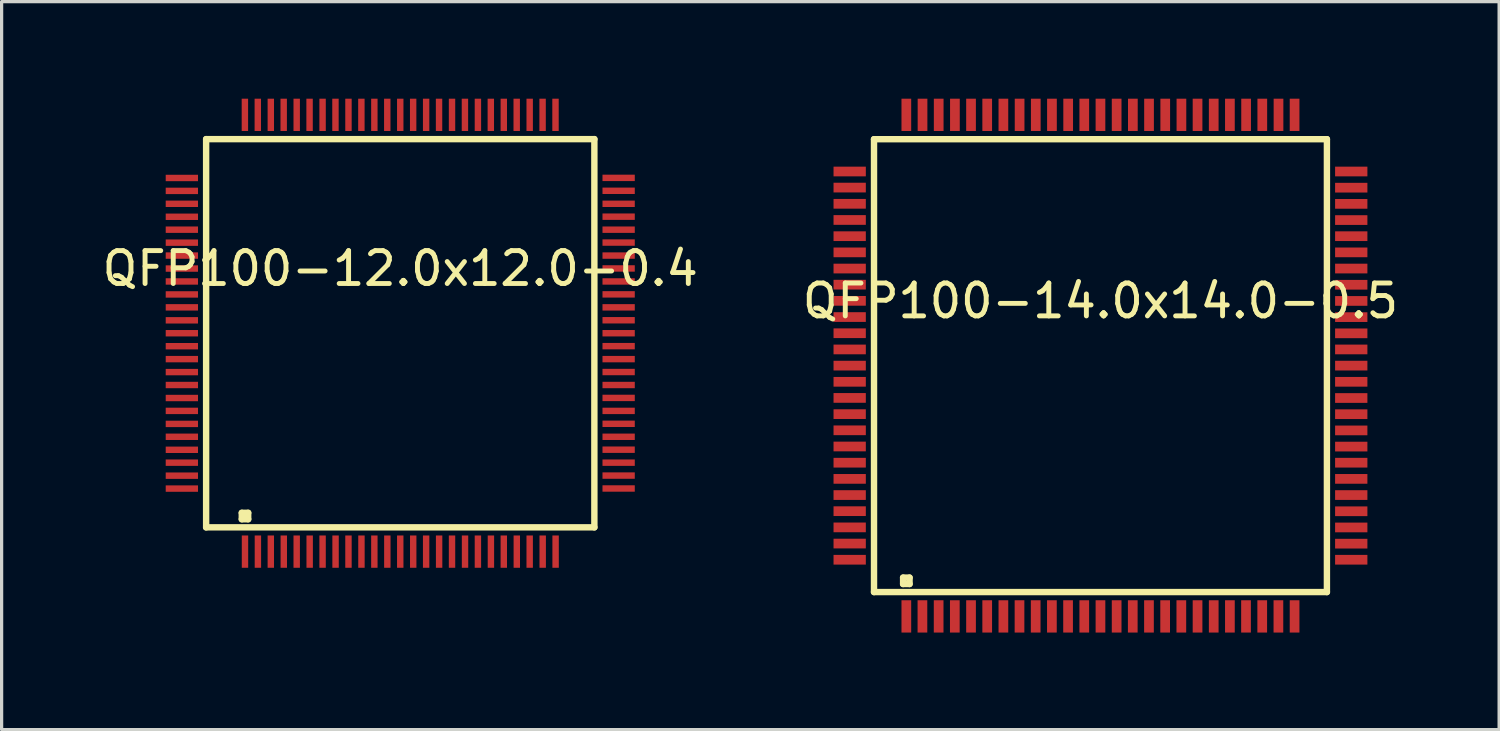
<source format=kicad_pcb>
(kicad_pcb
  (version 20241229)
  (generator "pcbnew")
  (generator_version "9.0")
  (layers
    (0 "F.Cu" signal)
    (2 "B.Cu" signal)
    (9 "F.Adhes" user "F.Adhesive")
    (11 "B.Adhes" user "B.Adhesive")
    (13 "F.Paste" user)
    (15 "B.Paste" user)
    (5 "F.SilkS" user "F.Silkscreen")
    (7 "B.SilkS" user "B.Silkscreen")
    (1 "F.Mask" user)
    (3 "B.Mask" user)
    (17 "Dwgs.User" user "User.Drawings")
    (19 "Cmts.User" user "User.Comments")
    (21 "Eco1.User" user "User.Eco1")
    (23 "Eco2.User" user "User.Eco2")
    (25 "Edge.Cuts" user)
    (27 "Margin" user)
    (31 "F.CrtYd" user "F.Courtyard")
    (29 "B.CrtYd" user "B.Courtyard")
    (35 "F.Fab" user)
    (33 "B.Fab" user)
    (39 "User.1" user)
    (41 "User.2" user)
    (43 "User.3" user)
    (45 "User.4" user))
  (footprint "QFP100-12.0x12.0-0.4"
    (layer "F.Cu")
    (at 9.319 7.248)
    (property "Reference" "QFP100-12.0x12.0-0.4" (at 0 -1.999 0) (layer "F.SilkS") (effects (font (size 1.016 1.016) (thickness 0.152))))
    (attr through_hole)
    (fp_line (start -5.999 -5.999) (end 5.999 -5.999) (stroke (width 0.198) (type solid)) (layer "F.SilkS"))
    (fp_line (start -5.999 5.999) (end -5.999 -5.999) (stroke (width 0.198) (type solid)) (layer "F.SilkS"))
    (fp_line (start -4.897 5.55) (end -4.699 5.55) (stroke (width 0.198) (type solid)) (layer "F.SilkS"))
    (fp_line (start -4.897 5.748) (end -4.897 5.55) (stroke (width 0.198) (type solid)) (layer "F.SilkS"))
    (fp_line (start -4.699 5.55) (end -4.699 5.748) (stroke (width 0.198) (type solid)) (layer "F.SilkS"))
    (fp_line (start -4.699 5.748) (end -4.897 5.748) (stroke (width 0.198) (type solid)) (layer "F.SilkS"))
    (fp_line (start 5.999 -5.999) (end 5.999 5.999) (stroke (width 0.198) (type solid)) (layer "F.SilkS"))
    (fp_line (start 5.999 5.999) (end -5.999 5.999) (stroke (width 0.198) (type solid)) (layer "F.SilkS"))
    (pad "1" smd rect (at -4.798 6.749) (size 0.198 0.998) (layers "*.Mask" "F.Cu"))
    (pad "2" smd rect (at -4.399 6.749) (size 0.198 0.998) (layers "*.Mask" "F.Cu"))
    (pad "3" smd rect (at -4 6.749) (size 0.198 0.998) (layers "*.Mask" "F.Cu"))
    (pad "4" smd rect (at -3.599 6.749) (size 0.198 0.998) (layers "*.Mask" "F.Cu"))
    (pad "5" smd rect (at -3.2 6.749) (size 0.198 0.998) (layers "*.Mask" "F.Cu"))
    (pad "6" smd rect (at -2.799 6.749) (size 0.198 0.998) (layers "*.Mask" "F.Cu"))
    (pad "7" smd rect (at -2.4 6.749) (size 0.198 0.998) (layers "*.Mask" "F.Cu"))
    (pad "8" smd rect (at -1.999 6.749) (size 0.198 0.998) (layers "*.Mask" "F.Cu"))
    (pad "9" smd rect (at -1.6 6.749) (size 0.198 0.998) (layers "*.Mask" "F.Cu"))
    (pad "10" smd rect (at -1.199 6.749) (size 0.198 0.998) (layers "*.Mask" "F.Cu"))
    (pad "11" smd rect (at -0.8 6.749) (size 0.198 0.998) (layers "*.Mask" "F.Cu"))
    (pad "12" smd rect (at -0.399 6.749) (size 0.198 0.998) (layers "*.Mask" "F.Cu"))
    (pad "13" smd rect (at 0 6.749) (size 0.198 0.998) (layers "*.Mask" "F.Cu"))
    (pad "14" smd rect (at 0.401 6.749) (size 0.198 0.998) (layers "*.Mask" "F.Cu"))
    (pad "15" smd rect (at 0.8 6.749) (size 0.198 0.998) (layers "*.Mask" "F.Cu"))
    (pad "16" smd rect (at 1.201 6.749) (size 0.198 0.998) (layers "*.Mask" "F.Cu"))
    (pad "17" smd rect (at 1.6 6.749) (size 0.198 0.998) (layers "*.Mask" "F.Cu"))
    (pad "18" smd rect (at 2.002 6.749) (size 0.198 0.998) (layers "*.Mask" "F.Cu"))
    (pad "19" smd rect (at 2.4 6.749) (size 0.198 0.998) (layers "*.Mask" "F.Cu"))
    (pad "20" smd rect (at 2.802 6.749) (size 0.198 0.998) (layers "*.Mask" "F.Cu"))
    (pad "21" smd rect (at 3.2 6.749) (size 0.198 0.998) (layers "*.Mask" "F.Cu"))
    (pad "22" smd rect (at 3.602 6.749) (size 0.198 0.998) (layers "*.Mask" "F.Cu"))
    (pad "23" smd rect (at 4 6.749) (size 0.198 0.998) (layers "*.Mask" "F.Cu"))
    (pad "24" smd rect (at 4.402 6.749) (size 0.198 0.998) (layers "*.Mask" "F.Cu"))
    (pad "25" smd rect (at 4.801 6.749) (size 0.198 0.998) (layers "*.Mask" "F.Cu"))
    (pad "26" smd rect (at 6.749 4.798 90) (size 0.198 0.998) (layers "*.Mask" "F.Cu"))
    (pad "27" smd rect (at 6.749 4.399 90) (size 0.198 0.998) (layers "*.Mask" "F.Cu"))
    (pad "28" smd rect (at 6.749 4 90) (size 0.198 0.998) (layers "*.Mask" "F.Cu"))
    (pad "29" smd rect (at 6.749 3.599 90) (size 0.198 0.998) (layers "*.Mask" "F.Cu"))
    (pad "30" smd rect (at 6.749 3.2 90) (size 0.198 0.998) (layers "*.Mask" "F.Cu"))
    (pad "31" smd rect (at 6.749 2.799 90) (size 0.198 0.998) (layers "*.Mask" "F.Cu"))
    (pad "32" smd rect (at 6.749 2.4 90) (size 0.198 0.998) (layers "*.Mask" "F.Cu"))
    (pad "33" smd rect (at 6.749 1.999 90) (size 0.198 0.998) (layers "*.Mask" "F.Cu"))
    (pad "34" smd rect (at 6.749 1.6 90) (size 0.198 0.998) (layers "*.Mask" "F.Cu"))
    (pad "35" smd rect (at 6.749 1.199 90) (size 0.198 0.998) (layers "*.Mask" "F.Cu"))
    (pad "36" smd rect (at 6.749 0.8 90) (size 0.198 0.998) (layers "*.Mask" "F.Cu"))
    (pad "37" smd rect (at 6.749 0.399 90) (size 0.198 0.998) (layers "*.Mask" "F.Cu"))
    (pad "38" smd rect (at 6.749 0 90) (size 0.198 0.998) (layers "*.Mask" "F.Cu"))
    (pad "39" smd rect (at 6.749 -0.401 90) (size 0.198 0.998) (layers "*.Mask" "F.Cu"))
    (pad "40" smd rect (at 6.749 -0.8 90) (size 0.198 0.998) (layers "*.Mask" "F.Cu"))
    (pad "41" smd rect (at 6.749 -1.201 90) (size 0.198 0.998) (layers "*.Mask" "F.Cu"))
    (pad "42" smd rect (at 6.749 -1.6 90) (size 0.198 0.998) (layers "*.Mask" "F.Cu"))
    (pad "43" smd rect (at 6.749 -2.002 90) (size 0.198 0.998) (layers "*.Mask" "F.Cu"))
    (pad "44" smd rect (at 6.749 -2.4 90) (size 0.198 0.998) (layers "*.Mask" "F.Cu"))
    (pad "45" smd rect (at 6.749 -2.802 90) (size 0.198 0.998) (layers "*.Mask" "F.Cu"))
    (pad "46" smd rect (at 6.749 -3.2 90) (size 0.198 0.998) (layers "*.Mask" "F.Cu"))
    (pad "47" smd rect (at 6.749 -3.602 90) (size 0.198 0.998) (layers "*.Mask" "F.Cu"))
    (pad "48" smd rect (at 6.749 -4 90) (size 0.198 0.998) (layers "*.Mask" "F.Cu"))
    (pad "49" smd rect (at 6.749 -4.402 90) (size 0.198 0.998) (layers "*.Mask" "F.Cu"))
    (pad "50" smd rect (at 6.749 -4.801 90) (size 0.198 0.998) (layers "*.Mask" "F.Cu"))
    (pad "51" smd rect (at 4.798 -6.749) (size 0.198 0.998) (layers "*.Mask" "F.Cu"))
    (pad "52" smd rect (at 4.399 -6.749) (size 0.198 0.998) (layers "*.Mask" "F.Cu"))
    (pad "53" smd rect (at 4 -6.749) (size 0.198 0.998) (layers "*.Mask" "F.Cu"))
    (pad "54" smd rect (at 3.599 -6.749) (size 0.198 0.998) (layers "*.Mask" "F.Cu"))
    (pad "55" smd rect (at 3.2 -6.749) (size 0.198 0.998) (layers "*.Mask" "F.Cu"))
    (pad "56" smd rect (at 2.799 -6.749) (size 0.198 0.998) (layers "*.Mask" "F.Cu"))
    (pad "57" smd rect (at 2.4 -6.749) (size 0.198 0.998) (layers "*.Mask" "F.Cu"))
    (pad "58" smd rect (at 1.999 -6.749) (size 0.198 0.998) (layers "*.Mask" "F.Cu"))
    (pad "59" smd rect (at 1.6 -6.749) (size 0.198 0.998) (layers "*.Mask" "F.Cu"))
    (pad "60" smd rect (at 1.199 -6.749) (size 0.198 0.998) (layers "*.Mask" "F.Cu"))
    (pad "61" smd rect (at 0.8 -6.749) (size 0.198 0.998) (layers "*.Mask" "F.Cu"))
    (pad "62" smd rect (at 0.399 -6.749) (size 0.198 0.998) (layers "*.Mask" "F.Cu"))
    (pad "63" smd rect (at 0 -6.749) (size 0.198 0.998) (layers "*.Mask" "F.Cu"))
    (pad "64" smd rect (at -0.401 -6.749) (size 0.198 0.998) (layers "*.Mask" "F.Cu"))
    (pad "65" smd rect (at -0.8 -6.749) (size 0.198 0.998) (layers "*.Mask" "F.Cu"))
    (pad "66" smd rect (at -1.201 -6.749) (size 0.198 0.998) (layers "*.Mask" "F.Cu"))
    (pad "67" smd rect (at -1.6 -6.749) (size 0.198 0.998) (layers "*.Mask" "F.Cu"))
    (pad "68" smd rect (at -2.002 -6.749) (size 0.198 0.998) (layers "*.Mask" "F.Cu"))
    (pad "69" smd rect (at -2.4 -6.749) (size 0.198 0.998) (layers "*.Mask" "F.Cu"))
    (pad "70" smd rect (at -2.802 -6.749) (size 0.198 0.998) (layers "*.Mask" "F.Cu"))
    (pad "71" smd rect (at -3.2 -6.749) (size 0.198 0.998) (layers "*.Mask" "F.Cu"))
    (pad "72" smd rect (at -3.602 -6.749) (size 0.198 0.998) (layers "*.Mask" "F.Cu"))
    (pad "73" smd rect (at -4 -6.749) (size 0.198 0.998) (layers "*.Mask" "F.Cu"))
    (pad "74" smd rect (at -4.402 -6.749) (size 0.198 0.998) (layers "*.Mask" "F.Cu"))
    (pad "75" smd rect (at -4.801 -6.749) (size 0.198 0.998) (layers "*.Mask" "F.Cu"))
    (pad "76" smd rect (at -6.749 -4.798 90) (size 0.198 0.998) (layers "*.Mask" "F.Cu"))
    (pad "77" smd rect (at -6.749 -4.399 90) (size 0.198 0.998) (layers "*.Mask" "F.Cu"))
    (pad "78" smd rect (at -6.749 -4 90) (size 0.198 0.998) (layers "*.Mask" "F.Cu"))
    (pad "79" smd rect (at -6.749 -3.599 90) (size 0.198 0.998) (layers "*.Mask" "F.Cu"))
    (pad "80" smd rect (at -6.749 -3.2 90) (size 0.198 0.998) (layers "*.Mask" "F.Cu"))
    (pad "81" smd rect (at -6.749 -2.799 90) (size 0.198 0.998) (layers "*.Mask" "F.Cu"))
    (pad "82" smd rect (at -6.749 -2.4 90) (size 0.198 0.998) (layers "*.Mask" "F.Cu"))
    (pad "83" smd rect (at -6.749 -1.999 90) (size 0.198 0.998) (layers "*.Mask" "F.Cu"))
    (pad "84" smd rect (at -6.749 -1.6 90) (size 0.198 0.998) (layers "*.Mask" "F.Cu"))
    (pad "85" smd rect (at -6.749 -1.199 90) (size 0.198 0.998) (layers "*.Mask" "F.Cu"))
    (pad "86" smd rect (at -6.749 -0.8 90) (size 0.198 0.998) (layers "*.Mask" "F.Cu"))
    (pad "87" smd rect (at -6.749 -0.399 90) (size 0.198 0.998) (layers "*.Mask" "F.Cu"))
    (pad "88" smd rect (at -6.749 0 90) (size 0.198 0.998) (layers "*.Mask" "F.Cu"))
    (pad "89" smd rect (at -6.749 0.401 90) (size 0.198 0.998) (layers "*.Mask" "F.Cu"))
    (pad "90" smd rect (at -6.749 0.8 90) (size 0.198 0.998) (layers "*.Mask" "F.Cu"))
    (pad "91" smd rect (at -6.749 1.201 90) (size 0.198 0.998) (layers "*.Mask" "F.Cu"))
    (pad "92" smd rect (at -6.749 1.6 90) (size 0.198 0.998) (layers "*.Mask" "F.Cu"))
    (pad "93" smd rect (at -6.749 2.002 90) (size 0.198 0.998) (layers "*.Mask" "F.Cu"))
    (pad "94" smd rect (at -6.749 2.4 90) (size 0.198 0.998) (layers "*.Mask" "F.Cu"))
    (pad "95" smd rect (at -6.749 2.802 90) (size 0.198 0.998) (layers "*.Mask" "F.Cu"))
    (pad "96" smd rect (at -6.749 3.2 90) (size 0.198 0.998) (layers "*.Mask" "F.Cu"))
    (pad "97" smd rect (at -6.749 3.602 90) (size 0.198 0.998) (layers "*.Mask" "F.Cu"))
    (pad "98" smd rect (at -6.749 4 90) (size 0.198 0.998) (layers "*.Mask" "F.Cu"))
    (pad "99" smd rect (at -6.749 4.402 90) (size 0.198 0.998) (layers "*.Mask" "F.Cu"))
    (pad "100" smd rect (at -6.749 4.801 90) (size 0.198 0.998) (layers "*.Mask" "F.Cu")))
  (footprint "QFP100-14.0x14.0-0.5"
    (layer "F.Cu")
    (at 30.958 8.249)
    (property "Reference" "QFP100-14.0x14.0-0.5" (at 0 -1.999 0) (layer "F.SilkS") (effects (font (size 1.016 1.016) (thickness 0.152))))
    (attr through_hole)
    (fp_line (start -6.998 -6.998) (end 6.998 -6.998) (stroke (width 0.198) (type solid)) (layer "F.SilkS"))
    (fp_line (start -6.998 6.998) (end -6.998 -6.998) (stroke (width 0.198) (type solid)) (layer "F.SilkS"))
    (fp_line (start -6.099 6.551) (end -5.9 6.551) (stroke (width 0.198) (type solid)) (layer "F.SilkS"))
    (fp_line (start -6.099 6.749) (end -6.099 6.551) (stroke (width 0.198) (type solid)) (layer "F.SilkS"))
    (fp_line (start -5.9 6.551) (end -5.9 6.749) (stroke (width 0.198) (type solid)) (layer "F.SilkS"))
    (fp_line (start -5.9 6.749) (end -6.099 6.749) (stroke (width 0.198) (type solid)) (layer "F.SilkS"))
    (fp_line (start 6.998 -6.998) (end 6.998 6.998) (stroke (width 0.198) (type solid)) (layer "F.SilkS"))
    (fp_line (start 6.998 6.998) (end -6.998 6.998) (stroke (width 0.198) (type solid)) (layer "F.SilkS"))
    (pad "1" smd rect (at -5.999 7.75) (size 0.3 0.998) (layers "*.Mask" "F.Cu"))
    (pad "2" smd rect (at -5.502 7.75) (size 0.3 0.998) (layers "*.Mask" "F.Cu"))
    (pad "3" smd rect (at -5.001 7.75) (size 0.3 0.998) (layers "*.Mask" "F.Cu"))
    (pad "4" smd rect (at -4.501 7.75) (size 0.3 0.998) (layers "*.Mask" "F.Cu"))
    (pad "5" smd rect (at -4 7.75) (size 0.3 0.998) (layers "*.Mask" "F.Cu"))
    (pad "6" smd rect (at -3.5 7.75) (size 0.3 0.998) (layers "*.Mask" "F.Cu"))
    (pad "7" smd rect (at -3 7.75) (size 0.3 0.998) (layers "*.Mask" "F.Cu"))
    (pad "8" smd rect (at -2.502 7.75) (size 0.3 0.998) (layers "*.Mask" "F.Cu"))
    (pad "9" smd rect (at -2.002 7.75) (size 0.3 0.998) (layers "*.Mask" "F.Cu"))
    (pad "10" smd rect (at -1.501 7.75) (size 0.3 0.998) (layers "*.Mask" "F.Cu"))
    (pad "11" smd rect (at -1.001 7.75) (size 0.3 0.998) (layers "*.Mask" "F.Cu"))
    (pad "12" smd rect (at -0.5 7.75) (size 0.3 0.998) (layers "*.Mask" "F.Cu"))
    (pad "13" smd rect (at 0 7.75) (size 0.3 0.998) (layers "*.Mask" "F.Cu"))
    (pad "14" smd rect (at 0.5 7.75) (size 0.3 0.998) (layers "*.Mask" "F.Cu"))
    (pad "15" smd rect (at 0.998 7.75) (size 0.3 0.998) (layers "*.Mask" "F.Cu"))
    (pad "16" smd rect (at 1.499 7.75) (size 0.3 0.998) (layers "*.Mask" "F.Cu"))
    (pad "17" smd rect (at 1.999 7.75) (size 0.3 0.998) (layers "*.Mask" "F.Cu"))
    (pad "18" smd rect (at 2.499 7.75) (size 0.3 0.998) (layers "*.Mask" "F.Cu"))
    (pad "19" smd rect (at 3 7.75) (size 0.3 0.998) (layers "*.Mask" "F.Cu"))
    (pad "20" smd rect (at 3.5 7.75) (size 0.3 0.998) (layers "*.Mask" "F.Cu"))
    (pad "21" smd rect (at 4 7.75) (size 0.3 0.998) (layers "*.Mask" "F.Cu"))
    (pad "22" smd rect (at 4.498 7.75) (size 0.3 0.998) (layers "*.Mask" "F.Cu"))
    (pad "23" smd rect (at 4.999 7.75) (size 0.3 0.998) (layers "*.Mask" "F.Cu"))
    (pad "24" smd rect (at 5.499 7.75) (size 0.3 0.998) (layers "*.Mask" "F.Cu"))
    (pad "25" smd rect (at 5.999 7.75) (size 0.3 0.998) (layers "*.Mask" "F.Cu"))
    (pad "26" smd rect (at 7.75 5.999 90) (size 0.3 0.998) (layers "*.Mask" "F.Cu"))
    (pad "27" smd rect (at 7.75 5.502 90) (size 0.3 0.998) (layers "*.Mask" "F.Cu"))
    (pad "28" smd rect (at 7.75 5.001 90) (size 0.3 0.998) (layers "*.Mask" "F.Cu"))
    (pad "29" smd rect (at 7.75 4.501 90) (size 0.3 0.998) (layers "*.Mask" "F.Cu"))
    (pad "30" smd rect (at 7.75 4 90) (size 0.3 0.998) (layers "*.Mask" "F.Cu"))
    (pad "31" smd rect (at 7.75 3.5 90) (size 0.3 0.998) (layers "*.Mask" "F.Cu"))
    (pad "32" smd rect (at 7.75 3 90) (size 0.3 0.998) (layers "*.Mask" "F.Cu"))
    (pad "33" smd rect (at 7.75 2.502 90) (size 0.3 0.998) (layers "*.Mask" "F.Cu"))
    (pad "34" smd rect (at 7.75 2.002 90) (size 0.3 0.998) (layers "*.Mask" "F.Cu"))
    (pad "35" smd rect (at 7.75 1.501 90) (size 0.3 0.998) (layers "*.Mask" "F.Cu"))
    (pad "36" smd rect (at 7.75 1.001 90) (size 0.3 0.998) (layers "*.Mask" "F.Cu"))
    (pad "37" smd rect (at 7.75 0.5 90) (size 0.3 0.998) (layers "*.Mask" "F.Cu"))
    (pad "38" smd rect (at 7.75 0 90) (size 0.3 0.998) (layers "*.Mask" "F.Cu"))
    (pad "39" smd rect (at 7.75 -0.5 90) (size 0.3 0.998) (layers "*.Mask" "F.Cu"))
    (pad "40" smd rect (at 7.75 -0.998 90) (size 0.3 0.998) (layers "*.Mask" "F.Cu"))
    (pad "41" smd rect (at 7.75 -1.499 90) (size 0.3 0.998) (layers "*.Mask" "F.Cu"))
    (pad "42" smd rect (at 7.75 -1.999 90) (size 0.3 0.998) (layers "*.Mask" "F.Cu"))
    (pad "43" smd rect (at 7.75 -2.499 90) (size 0.3 0.998) (layers "*.Mask" "F.Cu"))
    (pad "44" smd rect (at 7.75 -3 90) (size 0.3 0.998) (layers "*.Mask" "F.Cu"))
    (pad "45" smd rect (at 7.75 -3.5 90) (size 0.3 0.998) (layers "*.Mask" "F.Cu"))
    (pad "46" smd rect (at 7.75 -4 90) (size 0.3 0.998) (layers "*.Mask" "F.Cu"))
    (pad "47" smd rect (at 7.75 -4.498 90) (size 0.3 0.998) (layers "*.Mask" "F.Cu"))
    (pad "48" smd rect (at 7.75 -4.999 90) (size 0.3 0.998) (layers "*.Mask" "F.Cu"))
    (pad "49" smd rect (at 7.75 -5.499 90) (size 0.3 0.998) (layers "*.Mask" "F.Cu"))
    (pad "50" smd rect (at 7.75 -5.999 90) (size 0.3 0.998) (layers "*.Mask" "F.Cu"))
    (pad "51" smd rect (at 5.999 -7.75) (size 0.3 0.998) (layers "*.Mask" "F.Cu"))
    (pad "52" smd rect (at 5.502 -7.75) (size 0.3 0.998) (layers "*.Mask" "F.Cu"))
    (pad "53" smd rect (at 5.001 -7.75) (size 0.3 0.998) (layers "*.Mask" "F.Cu"))
    (pad "54" smd rect (at 4.501 -7.75) (size 0.3 0.998) (layers "*.Mask" "F.Cu"))
    (pad "55" smd rect (at 4 -7.75) (size 0.3 0.998) (layers "*.Mask" "F.Cu"))
    (pad "56" smd rect (at 3.5 -7.75) (size 0.3 0.998) (layers "*.Mask" "F.Cu"))
    (pad "57" smd rect (at 3 -7.75) (size 0.3 0.998) (layers "*.Mask" "F.Cu"))
    (pad "58" smd rect (at 2.502 -7.75) (size 0.3 0.998) (layers "*.Mask" "F.Cu"))
    (pad "59" smd rect (at 2.002 -7.75) (size 0.3 0.998) (layers "*.Mask" "F.Cu"))
    (pad "60" smd rect (at 1.501 -7.75) (size 0.3 0.998) (layers "*.Mask" "F.Cu"))
    (pad "61" smd rect (at 1.001 -7.75) (size 0.3 0.998) (layers "*.Mask" "F.Cu"))
    (pad "62" smd rect (at 0.5 -7.75) (size 0.3 0.998) (layers "*.Mask" "F.Cu"))
    (pad "63" smd rect (at 0 -7.75) (size 0.3 0.998) (layers "*.Mask" "F.Cu"))
    (pad "64" smd rect (at -0.5 -7.75) (size 0.3 0.998) (layers "*.Mask" "F.Cu"))
    (pad "65" smd rect (at -0.998 -7.75) (size 0.3 0.998) (layers "*.Mask" "F.Cu"))
    (pad "66" smd rect (at -1.499 -7.75) (size 0.3 0.998) (layers "*.Mask" "F.Cu"))
    (pad "67" smd rect (at -1.999 -7.75) (size 0.3 0.998) (layers "*.Mask" "F.Cu"))
    (pad "68" smd rect (at -2.499 -7.75) (size 0.3 0.998) (layers "*.Mask" "F.Cu"))
    (pad "69" smd rect (at -3 -7.75) (size 0.3 0.998) (layers "*.Mask" "F.Cu"))
    (pad "70" smd rect (at -3.5 -7.75) (size 0.3 0.998) (layers "*.Mask" "F.Cu"))
    (pad "71" smd rect (at -4 -7.75) (size 0.3 0.998) (layers "*.Mask" "F.Cu"))
    (pad "72" smd rect (at -4.498 -7.75) (size 0.3 0.998) (layers "*.Mask" "F.Cu"))
    (pad "73" smd rect (at -4.999 -7.75) (size 0.3 0.998) (layers "*.Mask" "F.Cu"))
    (pad "74" smd rect (at -5.499 -7.75) (size 0.3 0.998) (layers "*.Mask" "F.Cu"))
    (pad "75" smd rect (at -5.999 -7.75) (size 0.3 0.998) (layers "*.Mask" "F.Cu"))
    (pad "76" smd rect (at -7.75 -5.999 90) (size 0.3 0.998) (layers "*.Mask" "F.Cu"))
    (pad "77" smd rect (at -7.75 -5.502 90) (size 0.3 0.998) (layers "*.Mask" "F.Cu"))
    (pad "78" smd rect (at -7.75 -5.001 90) (size 0.3 0.998) (layers "*.Mask" "F.Cu"))
    (pad "79" smd rect (at -7.75 -4.501 90) (size 0.3 0.998) (layers "*.Mask" "F.Cu"))
    (pad "80" smd rect (at -7.75 -4 90) (size 0.3 0.998) (layers "*.Mask" "F.Cu"))
    (pad "81" smd rect (at -7.75 -3.5 90) (size 0.3 0.998) (layers "*.Mask" "F.Cu"))
    (pad "82" smd rect (at -7.75 -3 90) (size 0.3 0.998) (layers "*.Mask" "F.Cu"))
    (pad "83" smd rect (at -7.75 -2.502 90) (size 0.3 0.998) (layers "*.Mask" "F.Cu"))
    (pad "84" smd rect (at -7.75 -2.002 90) (size 0.3 0.998) (layers "*.Mask" "F.Cu"))
    (pad "85" smd rect (at -7.75 -1.501 90) (size 0.3 0.998) (layers "*.Mask" "F.Cu"))
    (pad "86" smd rect (at -7.75 -1.001 90) (size 0.3 0.998) (layers "*.Mask" "F.Cu"))
    (pad "87" smd rect (at -7.75 -0.5 90) (size 0.3 0.998) (layers "*.Mask" "F.Cu"))
    (pad "88" smd rect (at -7.75 0 90) (size 0.3 0.998) (layers "*.Mask" "F.Cu"))
    (pad "89" smd rect (at -7.75 0.5 90) (size 0.3 0.998) (layers "*.Mask" "F.Cu"))
    (pad "90" smd rect (at -7.75 0.998 90) (size 0.3 0.998) (layers "*.Mask" "F.Cu"))
    (pad "91" smd rect (at -7.75 1.499 90) (size 0.3 0.998) (layers "*.Mask" "F.Cu"))
    (pad "92" smd rect (at -7.75 1.999 90) (size 0.3 0.998) (layers "*.Mask" "F.Cu"))
    (pad "93" smd rect (at -7.75 2.499 90) (size 0.3 0.998) (layers "*.Mask" "F.Cu"))
    (pad "94" smd rect (at -7.75 3 90) (size 0.3 0.998) (layers "*.Mask" "F.Cu"))
    (pad "95" smd rect (at -7.75 3.5 90) (size 0.3 0.998) (layers "*.Mask" "F.Cu"))
    (pad "96" smd rect (at -7.75 4 90) (size 0.3 0.998) (layers "*.Mask" "F.Cu"))
    (pad "97" smd rect (at -7.75 4.498 90) (size 0.3 0.998) (layers "*.Mask" "F.Cu"))
    (pad "98" smd rect (at -7.75 4.999 90) (size 0.3 0.998) (layers "*.Mask" "F.Cu"))
    (pad "99" smd rect (at -7.75 5.499 90) (size 0.3 0.998) (layers "*.Mask" "F.Cu"))
    (pad "100" smd rect (at -7.75 5.999 90) (size 0.3 0.998) (layers "*.Mask" "F.Cu")))
  (gr_rect
    (start -3 -3)
    (end 43.278 19.497)
    (stroke (width 0.1) (type default))
    (fill no)
    (layer "Edge.Cuts")))
</source>
